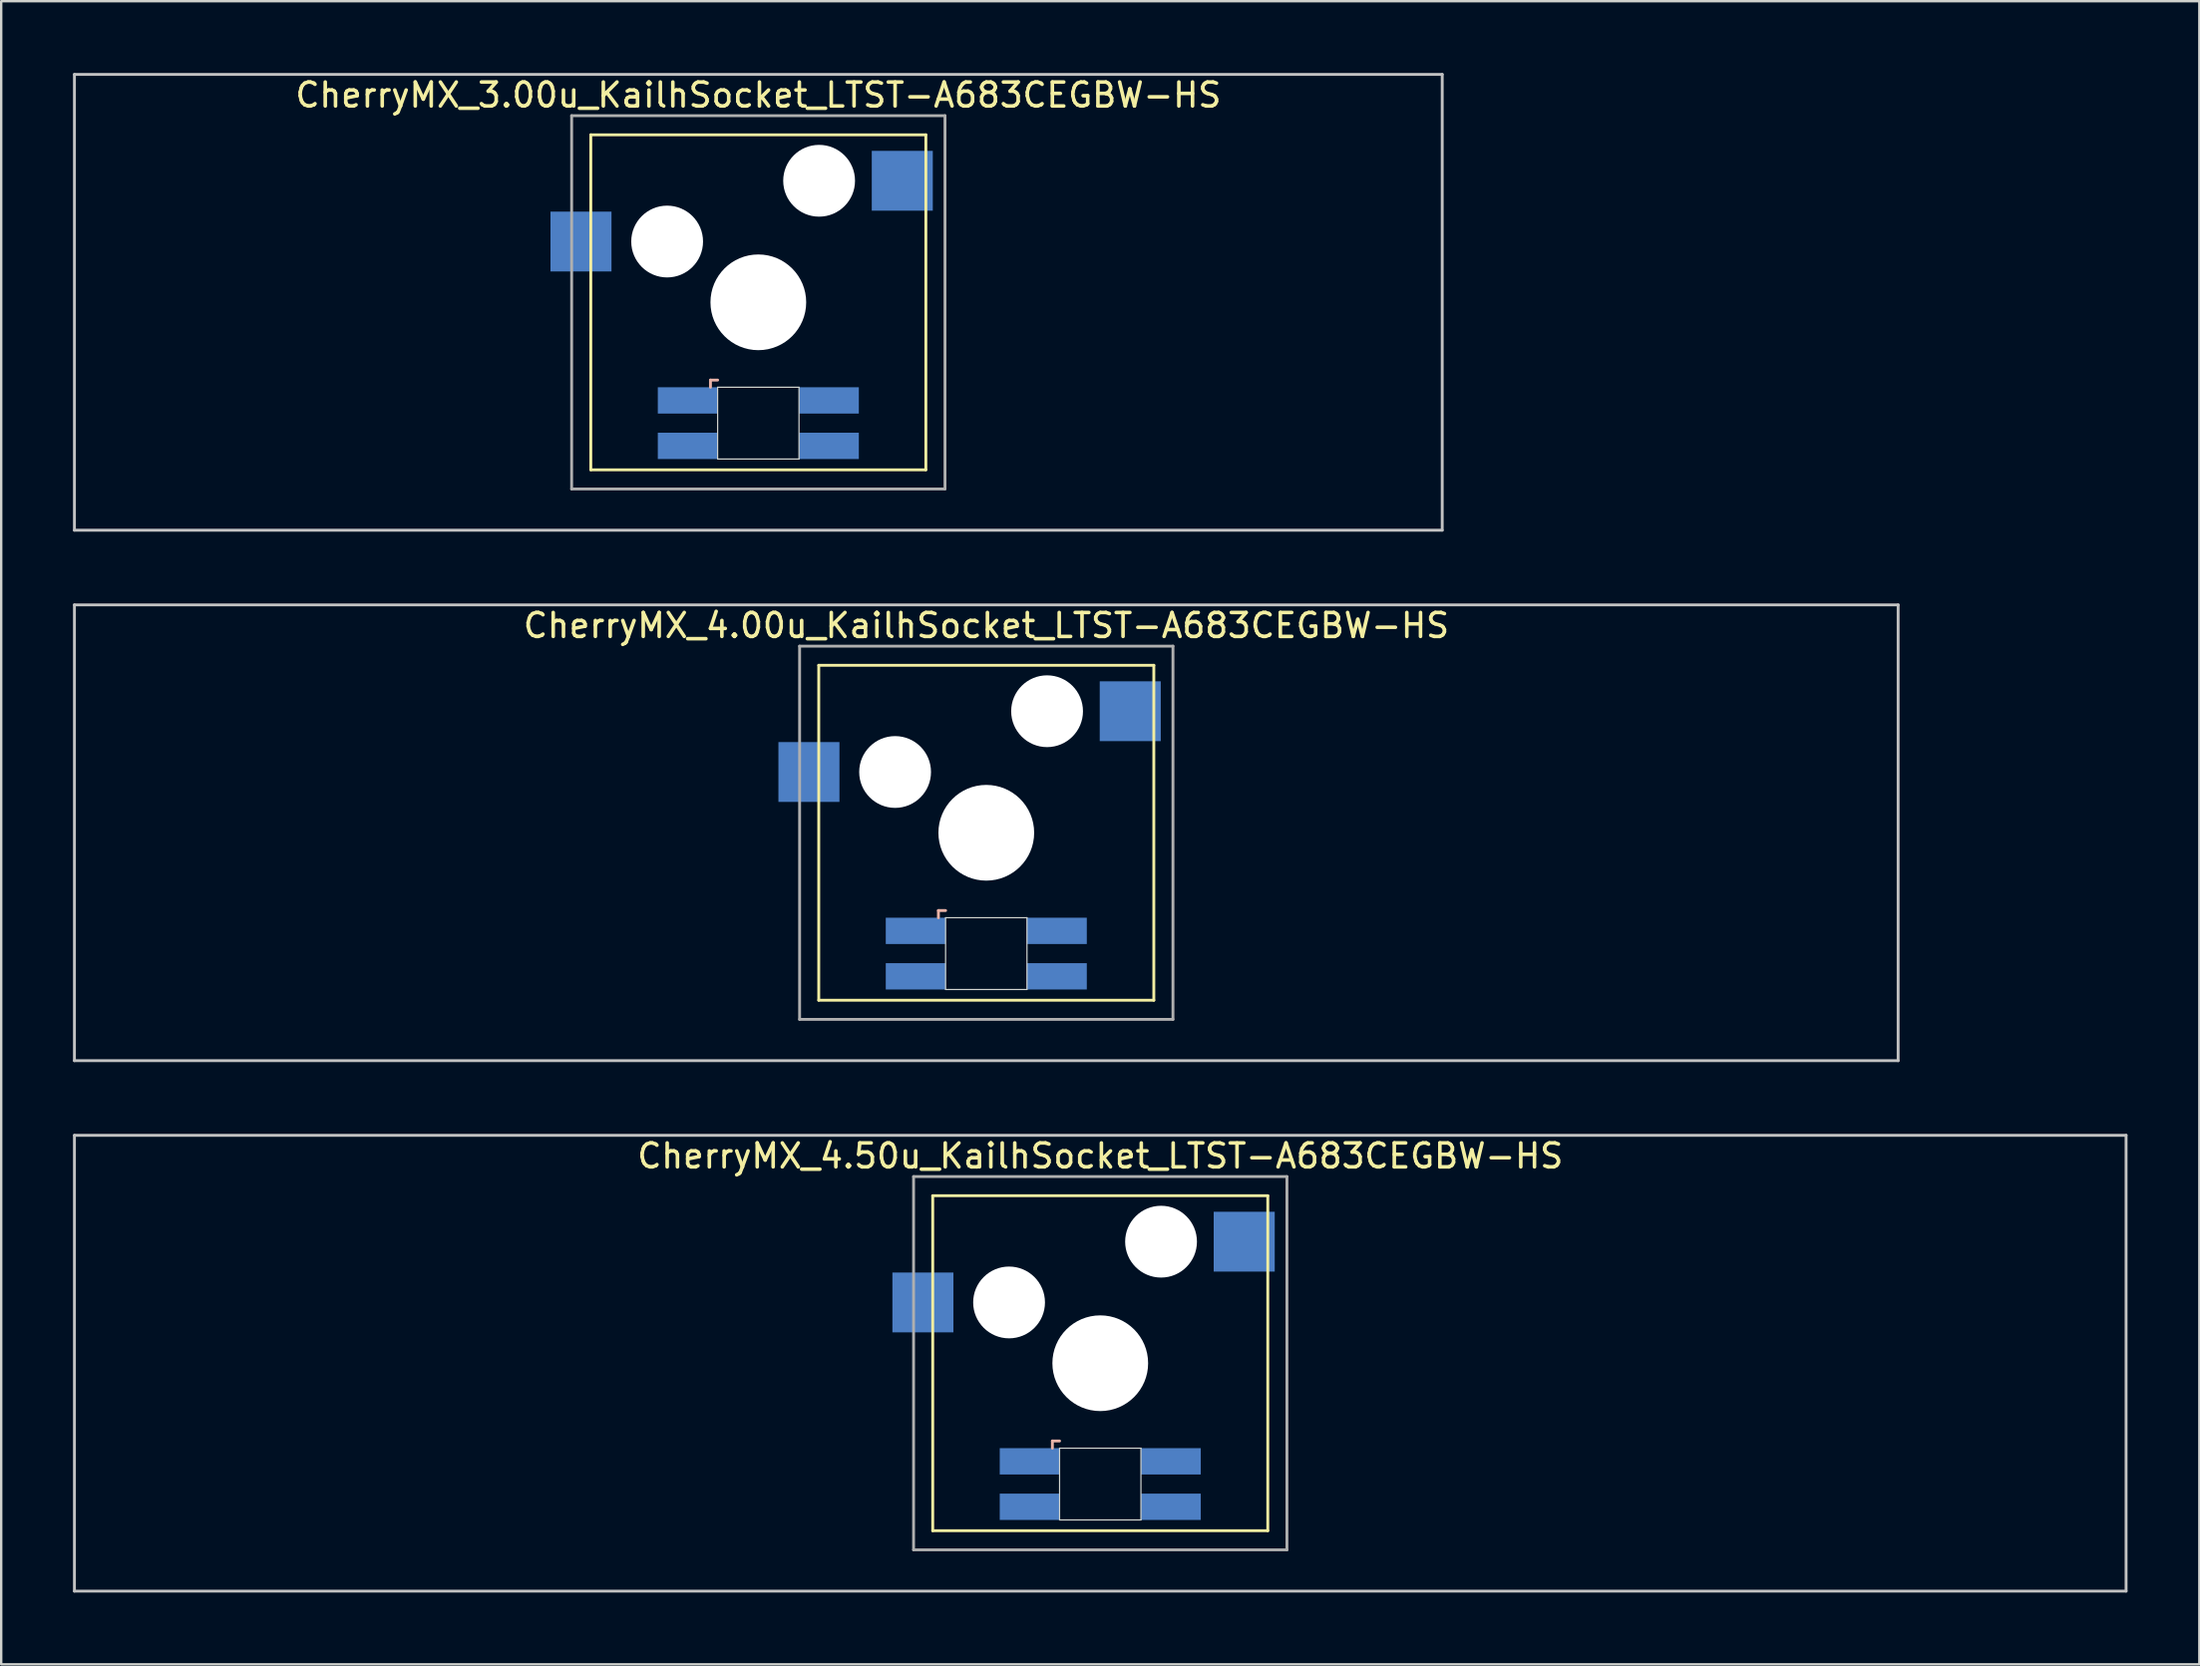
<source format=kicad_pcb>
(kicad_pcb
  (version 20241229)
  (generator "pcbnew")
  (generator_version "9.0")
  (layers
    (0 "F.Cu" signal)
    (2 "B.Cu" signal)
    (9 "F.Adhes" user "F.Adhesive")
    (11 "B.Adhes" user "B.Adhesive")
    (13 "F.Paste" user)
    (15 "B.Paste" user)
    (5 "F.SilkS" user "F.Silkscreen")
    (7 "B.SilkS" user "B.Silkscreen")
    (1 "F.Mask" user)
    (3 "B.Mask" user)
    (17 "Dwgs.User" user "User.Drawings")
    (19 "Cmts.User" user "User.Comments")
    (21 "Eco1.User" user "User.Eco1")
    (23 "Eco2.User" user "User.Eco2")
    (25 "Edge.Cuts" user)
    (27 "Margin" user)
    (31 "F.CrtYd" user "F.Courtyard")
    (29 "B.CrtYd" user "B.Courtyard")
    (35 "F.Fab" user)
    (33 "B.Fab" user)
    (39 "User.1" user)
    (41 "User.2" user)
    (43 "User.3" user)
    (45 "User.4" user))
  (footprint "CherryMX_3.00u_KailhSocket_LTST-A683CEGBW-HS"
    (layer "F.Cu")
    (at 28.635 9.585)
    (property "Reference" "CherryMX_3.00u_KailhSocket_LTST-A683CEGBW-HS" (at 0 -8.662 0) (layer "F.SilkS") (effects (font (size 1 1) (thickness 0.15))))
    (attr through_hole)
    (fp_line (start -7 -7) (end -7 7) (stroke (width 0.12) (type solid)) (layer "F.SilkS"))
    (fp_line (start -7 -7) (end 7 -7) (stroke (width 0.12) (type solid)) (layer "F.SilkS"))
    (fp_line (start 7 -7) (end 7 7) (stroke (width 0.12) (type solid)) (layer "F.SilkS"))
    (fp_line (start 7 7) (end -7 7) (stroke (width 0.12) (type solid)) (layer "F.SilkS"))
    (fp_line (start -2 3.25) (end -2 3.55) (stroke (width 0.12) (type solid)) (layer "B.SilkS"))
    (fp_line (start -1.7 3.25) (end -2 3.25) (stroke (width 0.12) (type solid)) (layer "B.SilkS"))
    (fp_line (start -28.575 -9.525) (end 28.575 -9.525) (stroke (width 0.12) (type solid)) (layer "Dwgs.User"))
    (fp_line (start -28.575 9.525) (end -28.575 -9.525) (stroke (width 0.12) (type solid)) (layer "Dwgs.User"))
    (fp_line (start 28.575 -9.525) (end 28.575 9.525) (stroke (width 0.12) (type solid)) (layer "Dwgs.User"))
    (fp_line (start 28.575 9.525) (end -28.575 9.525) (stroke (width 0.12) (type solid)) (layer "Dwgs.User"))
    (fp_line (start -1.7 3.55) (end 1.7 3.55) (stroke (width 0.05) (type solid)) (layer "Edge.Cuts"))
    (fp_line (start -1.7 6.55) (end -1.7 3.55) (stroke (width 0.05) (type solid)) (layer "Edge.Cuts"))
    (fp_line (start 1.7 3.55) (end 1.7 6.55) (stroke (width 0.05) (type solid)) (layer "Edge.Cuts"))
    (fp_line (start 1.7 6.55) (end -1.7 6.55) (stroke (width 0.05) (type solid)) (layer "Edge.Cuts"))
    (fp_line (start -7.8 -7.8) (end -7.8 7.8) (stroke (width 0.12) (type solid)) (layer "F.Fab"))
    (fp_line (start -7.8 -7.8) (end 7.8 -7.8) (stroke (width 0.12) (type solid)) (layer "F.Fab"))
    (fp_line (start -7.8 7.8) (end 7.8 7.8) (stroke (width 0.12) (type solid)) (layer "F.Fab"))
    (fp_line (start 7.8 -7.8) (end 7.8 7.8) (stroke (width 0.12) (type solid)) (layer "F.Fab"))
    (pad "" np_thru_hole circle (at -3.81 -2.54) (size 3 3) (drill 3) (layers "*.Cu" "*.Mask"))
    (pad "" np_thru_hole circle (at 0 0) (size 4 4) (drill 4) (layers "*.Cu" "*.Mask"))
    (pad "" np_thru_hole circle (at 2.54 -5.08) (size 3 3) (drill 3) (layers "*.Cu" "*.Mask"))
    (pad "1" smd rect (at -7.41 -2.54) (size 2.55 2.5) (layers "B.Cu" "B.Mask" "B.Paste"))
    (pad "2" smd rect (at 6.015 -5.08) (size 2.55 2.5) (layers "B.Cu" "B.Mask" "B.Paste"))
    (pad "3" smd rect (at -2.95 4.1) (size 2.5 1.1) (layers "B.Cu" "B.Mask" "B.Paste"))
    (pad "4" smd rect (at -2.95 6) (size 2.5 1.1) (layers "B.Cu" "B.Mask" "B.Paste"))
    (pad "5" smd rect (at 2.95 4.1) (size 2.5 1.1) (layers "B.Cu" "B.Mask" "B.Paste"))
    (pad "6" smd rect (at 2.95 6) (size 2.5 1.1) (layers "B.Cu" "B.Mask" "B.Paste")))
  (footprint "CherryMX_4.50u_KailhSocket_LTST-A683CEGBW-HS"
    (layer "F.Cu")
    (at 42.922 53.925)
    (property "Reference" "CherryMX_4.50u_KailhSocket_LTST-A683CEGBW-HS" (at 0 -8.662 0) (layer "F.SilkS") (effects (font (size 1 1) (thickness 0.15))))
    (attr through_hole)
    (fp_line (start -7 -7) (end -7 7) (stroke (width 0.12) (type solid)) (layer "F.SilkS"))
    (fp_line (start -7 -7) (end 7 -7) (stroke (width 0.12) (type solid)) (layer "F.SilkS"))
    (fp_line (start 7 -7) (end 7 7) (stroke (width 0.12) (type solid)) (layer "F.SilkS"))
    (fp_line (start 7 7) (end -7 7) (stroke (width 0.12) (type solid)) (layer "F.SilkS"))
    (fp_line (start -2 3.25) (end -2 3.55) (stroke (width 0.12) (type solid)) (layer "B.SilkS"))
    (fp_line (start -1.7 3.25) (end -2 3.25) (stroke (width 0.12) (type solid)) (layer "B.SilkS"))
    (fp_line (start -42.862 -9.525) (end 42.862 -9.525) (stroke (width 0.12) (type solid)) (layer "Dwgs.User"))
    (fp_line (start -42.862 9.525) (end -42.862 -9.525) (stroke (width 0.12) (type solid)) (layer "Dwgs.User"))
    (fp_line (start 42.862 -9.525) (end 42.862 9.525) (stroke (width 0.12) (type solid)) (layer "Dwgs.User"))
    (fp_line (start 42.862 9.525) (end -42.862 9.525) (stroke (width 0.12) (type solid)) (layer "Dwgs.User"))
    (fp_line (start -1.7 3.55) (end 1.7 3.55) (stroke (width 0.05) (type solid)) (layer "Edge.Cuts"))
    (fp_line (start -1.7 6.55) (end -1.7 3.55) (stroke (width 0.05) (type solid)) (layer "Edge.Cuts"))
    (fp_line (start 1.7 3.55) (end 1.7 6.55) (stroke (width 0.05) (type solid)) (layer "Edge.Cuts"))
    (fp_line (start 1.7 6.55) (end -1.7 6.55) (stroke (width 0.05) (type solid)) (layer "Edge.Cuts"))
    (fp_line (start -7.8 -7.8) (end -7.8 7.8) (stroke (width 0.12) (type solid)) (layer "F.Fab"))
    (fp_line (start -7.8 -7.8) (end 7.8 -7.8) (stroke (width 0.12) (type solid)) (layer "F.Fab"))
    (fp_line (start -7.8 7.8) (end 7.8 7.8) (stroke (width 0.12) (type solid)) (layer "F.Fab"))
    (fp_line (start 7.8 -7.8) (end 7.8 7.8) (stroke (width 0.12) (type solid)) (layer "F.Fab"))
    (pad "" np_thru_hole circle (at -3.81 -2.54) (size 3 3) (drill 3) (layers "*.Cu" "*.Mask"))
    (pad "" np_thru_hole circle (at 0 0) (size 4 4) (drill 4) (layers "*.Cu" "*.Mask"))
    (pad "" np_thru_hole circle (at 2.54 -5.08) (size 3 3) (drill 3) (layers "*.Cu" "*.Mask"))
    (pad "1" smd rect (at -7.41 -2.54) (size 2.55 2.5) (layers "B.Cu" "B.Mask" "B.Paste"))
    (pad "2" smd rect (at 6.015 -5.08) (size 2.55 2.5) (layers "B.Cu" "B.Mask" "B.Paste"))
    (pad "3" smd rect (at -2.95 4.1) (size 2.5 1.1) (layers "B.Cu" "B.Mask" "B.Paste"))
    (pad "4" smd rect (at -2.95 6) (size 2.5 1.1) (layers "B.Cu" "B.Mask" "B.Paste"))
    (pad "5" smd rect (at 2.95 4.1) (size 2.5 1.1) (layers "B.Cu" "B.Mask" "B.Paste"))
    (pad "6" smd rect (at 2.95 6) (size 2.5 1.1) (layers "B.Cu" "B.Mask" "B.Paste")))
  (footprint "CherryMX_4.00u_KailhSocket_LTST-A683CEGBW-HS"
    (layer "F.Cu")
    (at 38.16 31.755)
    (property "Reference" "CherryMX_4.00u_KailhSocket_LTST-A683CEGBW-HS" (at 0 -8.662 0) (layer "F.SilkS") (effects (font (size 1 1) (thickness 0.15))))
    (attr through_hole)
    (fp_line (start -7 -7) (end -7 7) (stroke (width 0.12) (type solid)) (layer "F.SilkS"))
    (fp_line (start -7 -7) (end 7 -7) (stroke (width 0.12) (type solid)) (layer "F.SilkS"))
    (fp_line (start 7 -7) (end 7 7) (stroke (width 0.12) (type solid)) (layer "F.SilkS"))
    (fp_line (start 7 7) (end -7 7) (stroke (width 0.12) (type solid)) (layer "F.SilkS"))
    (fp_line (start -2 3.25) (end -2 3.55) (stroke (width 0.12) (type solid)) (layer "B.SilkS"))
    (fp_line (start -1.7 3.25) (end -2 3.25) (stroke (width 0.12) (type solid)) (layer "B.SilkS"))
    (fp_line (start -38.1 -9.525) (end 38.1 -9.525) (stroke (width 0.12) (type solid)) (layer "Dwgs.User"))
    (fp_line (start -38.1 9.525) (end -38.1 -9.525) (stroke (width 0.12) (type solid)) (layer "Dwgs.User"))
    (fp_line (start 38.1 -9.525) (end 38.1 9.525) (stroke (width 0.12) (type solid)) (layer "Dwgs.User"))
    (fp_line (start 38.1 9.525) (end -38.1 9.525) (stroke (width 0.12) (type solid)) (layer "Dwgs.User"))
    (fp_line (start -1.7 3.55) (end 1.7 3.55) (stroke (width 0.05) (type solid)) (layer "Edge.Cuts"))
    (fp_line (start -1.7 6.55) (end -1.7 3.55) (stroke (width 0.05) (type solid)) (layer "Edge.Cuts"))
    (fp_line (start 1.7 3.55) (end 1.7 6.55) (stroke (width 0.05) (type solid)) (layer "Edge.Cuts"))
    (fp_line (start 1.7 6.55) (end -1.7 6.55) (stroke (width 0.05) (type solid)) (layer "Edge.Cuts"))
    (fp_line (start -7.8 -7.8) (end -7.8 7.8) (stroke (width 0.12) (type solid)) (layer "F.Fab"))
    (fp_line (start -7.8 -7.8) (end 7.8 -7.8) (stroke (width 0.12) (type solid)) (layer "F.Fab"))
    (fp_line (start -7.8 7.8) (end 7.8 7.8) (stroke (width 0.12) (type solid)) (layer "F.Fab"))
    (fp_line (start 7.8 -7.8) (end 7.8 7.8) (stroke (width 0.12) (type solid)) (layer "F.Fab"))
    (pad "" np_thru_hole circle (at -3.81 -2.54) (size 3 3) (drill 3) (layers "*.Cu" "*.Mask"))
    (pad "" np_thru_hole circle (at 0 0) (size 4 4) (drill 4) (layers "*.Cu" "*.Mask"))
    (pad "" np_thru_hole circle (at 2.54 -5.08) (size 3 3) (drill 3) (layers "*.Cu" "*.Mask"))
    (pad "1" smd rect (at -7.41 -2.54) (size 2.55 2.5) (layers "B.Cu" "B.Mask" "B.Paste"))
    (pad "2" smd rect (at 6.015 -5.08) (size 2.55 2.5) (layers "B.Cu" "B.Mask" "B.Paste"))
    (pad "3" smd rect (at -2.95 4.1) (size 2.5 1.1) (layers "B.Cu" "B.Mask" "B.Paste"))
    (pad "4" smd rect (at -2.95 6) (size 2.5 1.1) (layers "B.Cu" "B.Mask" "B.Paste"))
    (pad "5" smd rect (at 2.95 4.1) (size 2.5 1.1) (layers "B.Cu" "B.Mask" "B.Paste"))
    (pad "6" smd rect (at 2.95 6) (size 2.5 1.1) (layers "B.Cu" "B.Mask" "B.Paste")))
  (gr_rect
    (start -3 -3)
    (end 88.845 66.51)
    (stroke (width 0.1) (type default))
    (fill no)
    (layer "Edge.Cuts")))
</source>
